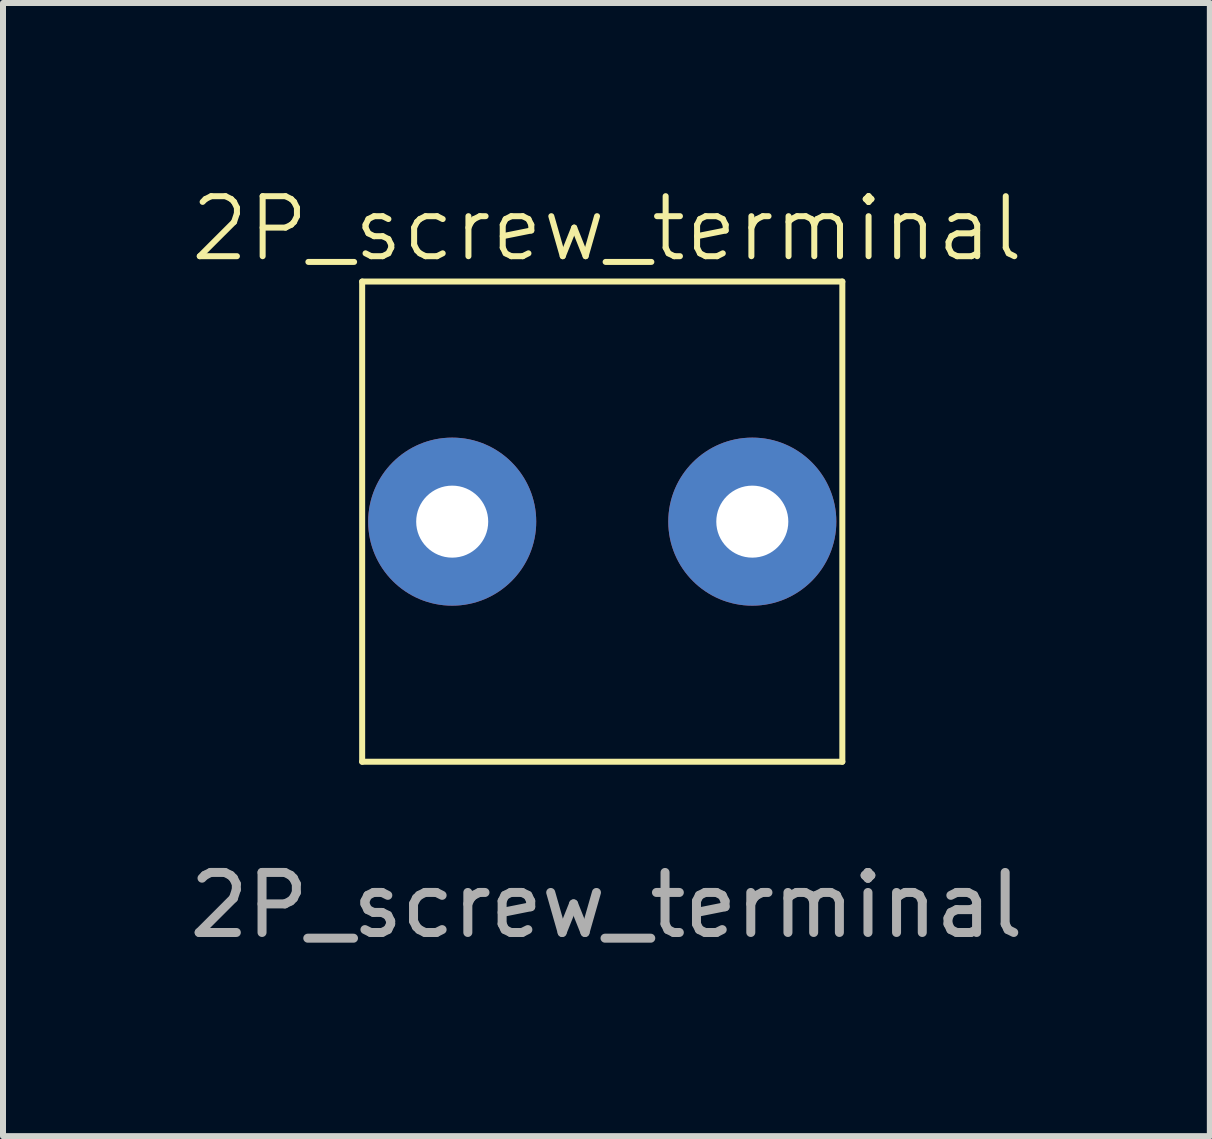
<source format=kicad_pcb>
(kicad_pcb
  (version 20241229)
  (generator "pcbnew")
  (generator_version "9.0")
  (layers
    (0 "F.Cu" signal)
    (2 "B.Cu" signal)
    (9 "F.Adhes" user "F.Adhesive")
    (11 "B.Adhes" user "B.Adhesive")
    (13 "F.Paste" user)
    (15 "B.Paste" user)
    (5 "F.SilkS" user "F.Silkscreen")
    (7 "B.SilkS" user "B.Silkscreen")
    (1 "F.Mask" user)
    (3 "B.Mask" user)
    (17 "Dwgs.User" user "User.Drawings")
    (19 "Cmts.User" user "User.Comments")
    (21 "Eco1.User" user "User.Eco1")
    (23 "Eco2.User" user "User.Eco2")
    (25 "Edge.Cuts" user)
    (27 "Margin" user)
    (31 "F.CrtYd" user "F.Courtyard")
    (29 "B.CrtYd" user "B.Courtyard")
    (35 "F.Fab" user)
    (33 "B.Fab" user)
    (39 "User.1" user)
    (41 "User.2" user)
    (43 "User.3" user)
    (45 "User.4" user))
  (footprint "2P_screw_terminal"
    (layer "F.Cu")
    (at 6.984 5.641)
    (property "Reference" "2P_screw_terminal" (at 0.08 -4.88 0) (unlocked yes) (layer "F.SilkS") (effects (font (size 1 1) (thickness 0.1))))
    (attr smd)
    (fp_line (start -4 -4) (end -4 4) (stroke (width 0.1) (type default)) (layer "F.SilkS"))
    (fp_line (start -4 -4) (end 4 -4) (stroke (width 0.1) (type solid)) (layer "F.SilkS"))
    (fp_line (start -4 4) (end 4 4) (stroke (width 0.1) (type solid)) (layer "F.SilkS"))
    (fp_line (start 4 -4) (end 4 4) (stroke (width 0.1) (type default)) (layer "F.SilkS"))
    (fp_text user "${REFERENCE}" (at 0.07 6.39 0) (unlocked yes) (layer "F.Fab") (effects (font (size 1 1) (thickness 0.15))))
    (pad "1" thru_hole circle (at -2.5 0) (size 2.8 2.8) (drill 1.2) (layers "*.Cu" "*.Mask"))
    (pad "2" thru_hole circle (at 2.5 0) (size 2.8 2.8) (drill 1.2) (layers "*.Cu" "*.Mask")))
  (gr_rect
    (start -3 -3)
    (end 17.107 15.879)
    (stroke (width 0.1) (type default))
    (fill no)
    (layer "Edge.Cuts")))
</source>
